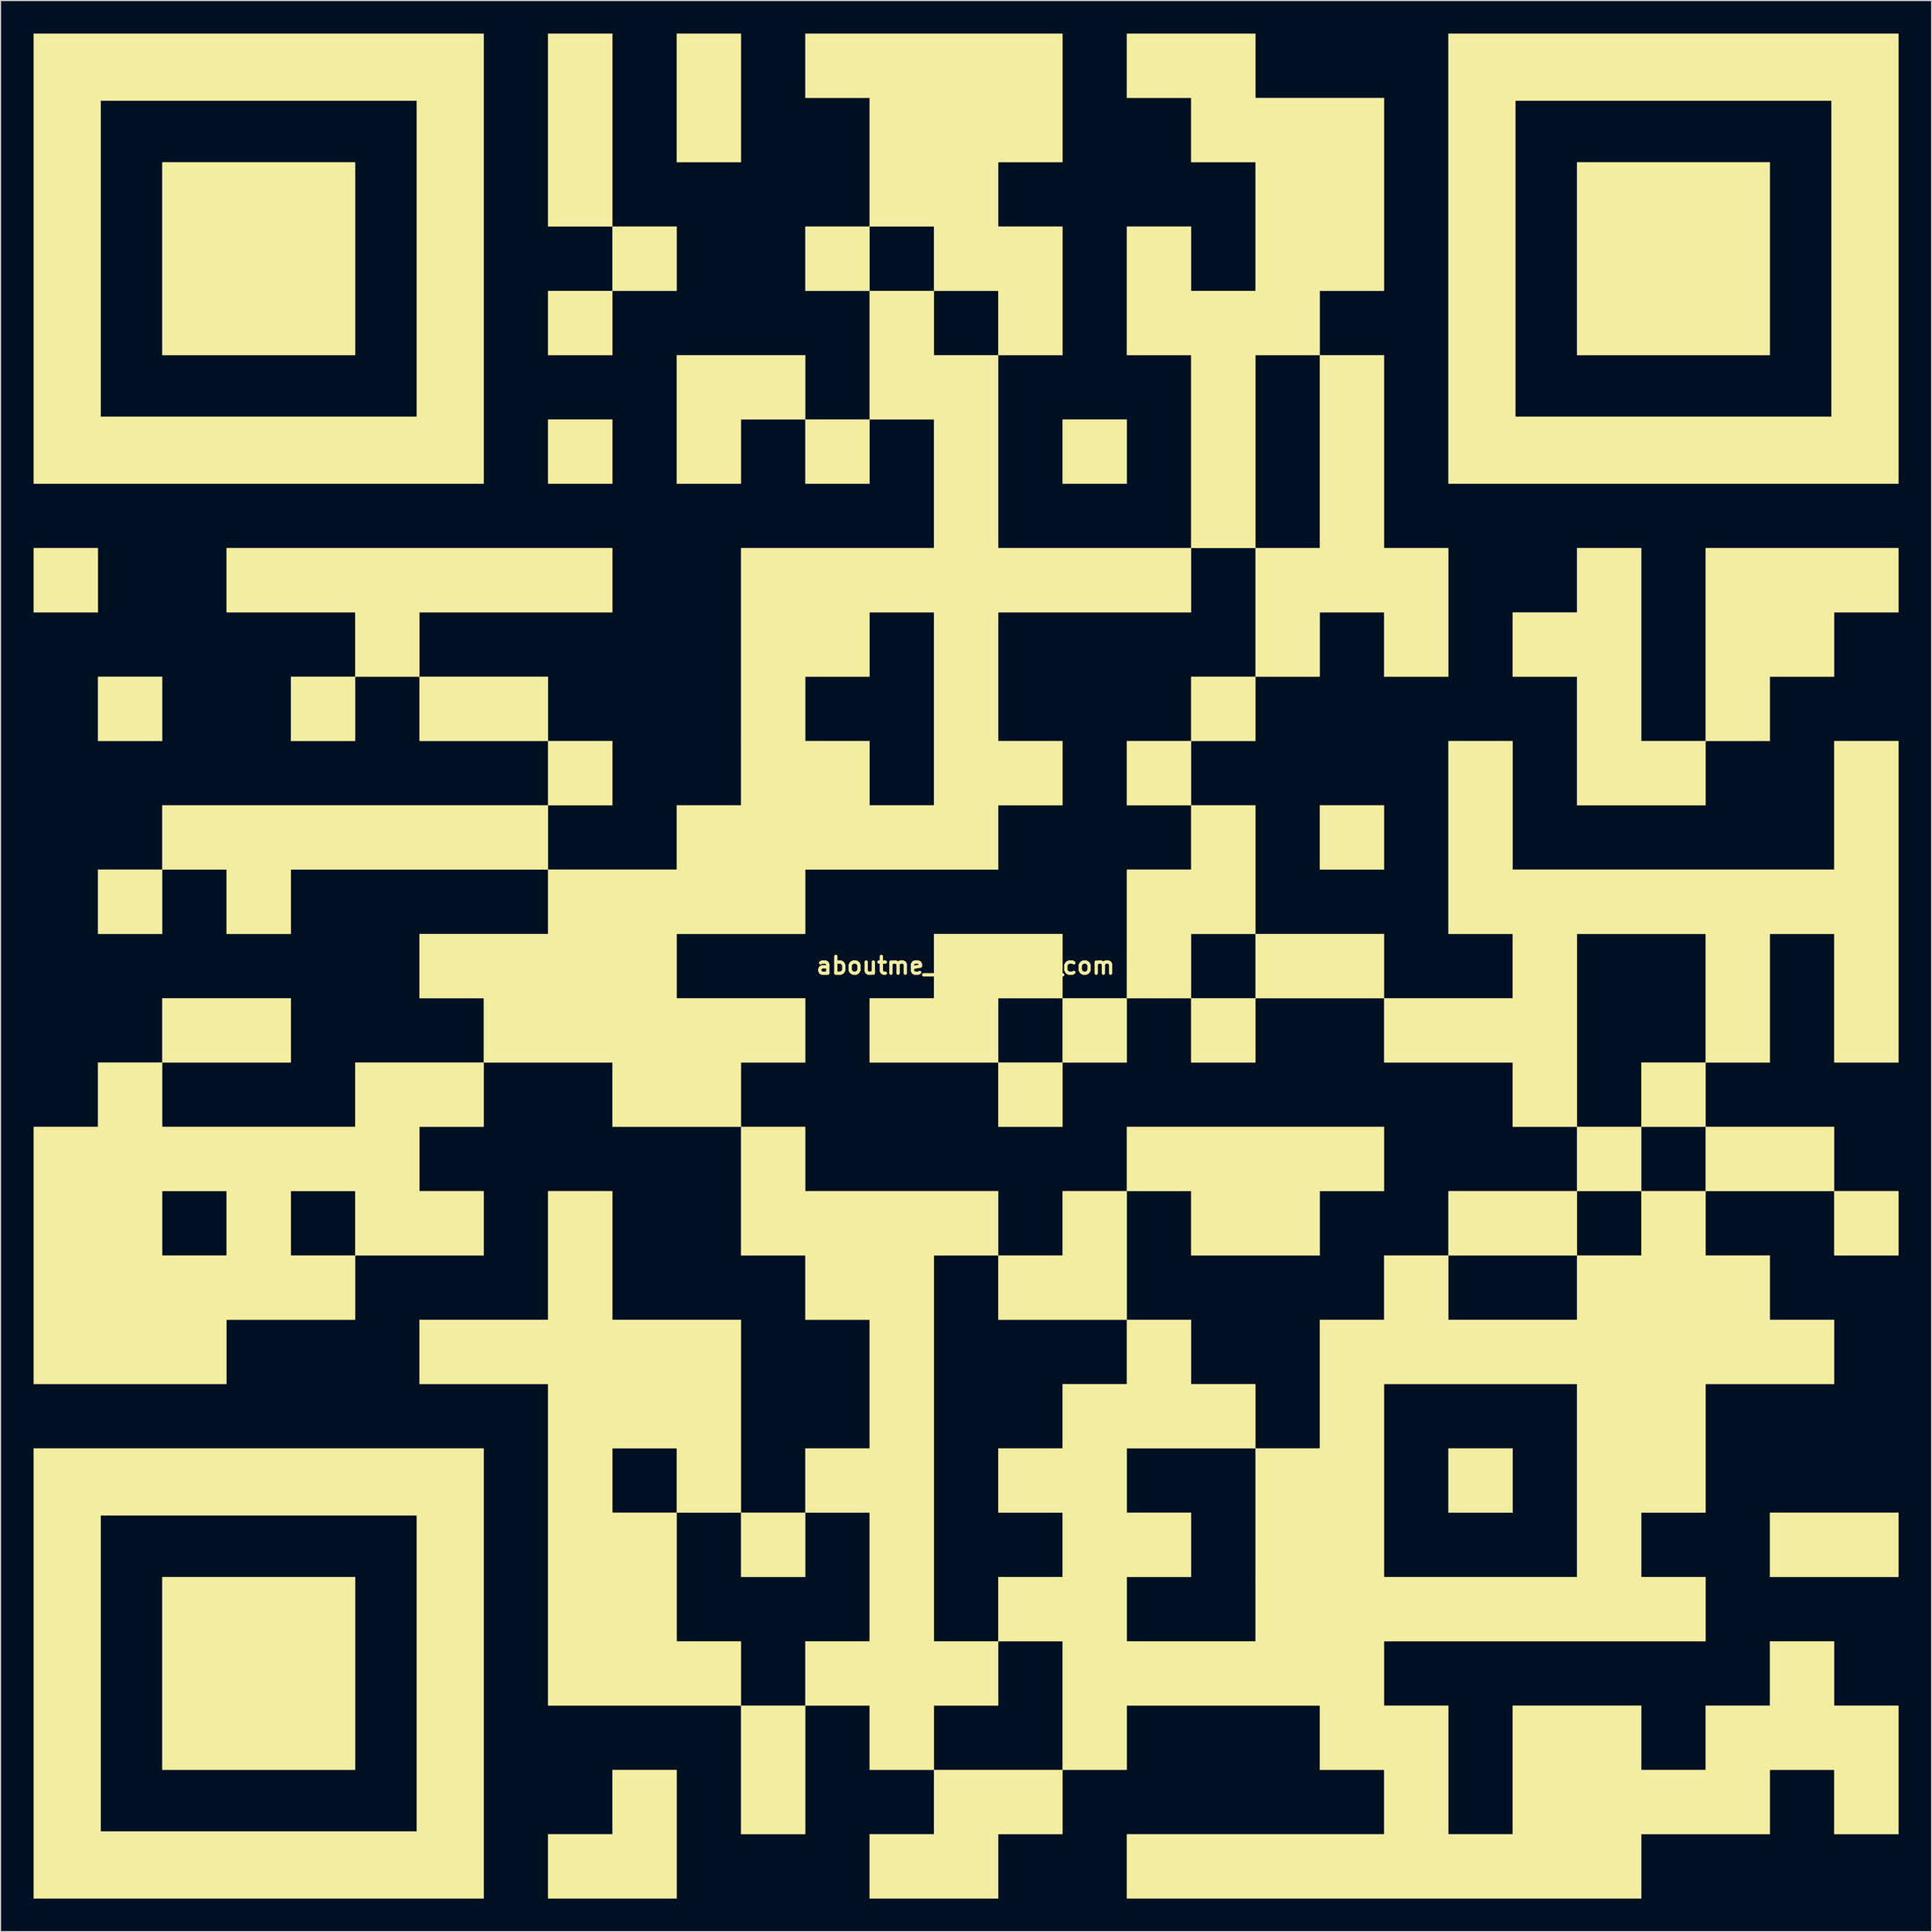
<source format=kicad_pcb>
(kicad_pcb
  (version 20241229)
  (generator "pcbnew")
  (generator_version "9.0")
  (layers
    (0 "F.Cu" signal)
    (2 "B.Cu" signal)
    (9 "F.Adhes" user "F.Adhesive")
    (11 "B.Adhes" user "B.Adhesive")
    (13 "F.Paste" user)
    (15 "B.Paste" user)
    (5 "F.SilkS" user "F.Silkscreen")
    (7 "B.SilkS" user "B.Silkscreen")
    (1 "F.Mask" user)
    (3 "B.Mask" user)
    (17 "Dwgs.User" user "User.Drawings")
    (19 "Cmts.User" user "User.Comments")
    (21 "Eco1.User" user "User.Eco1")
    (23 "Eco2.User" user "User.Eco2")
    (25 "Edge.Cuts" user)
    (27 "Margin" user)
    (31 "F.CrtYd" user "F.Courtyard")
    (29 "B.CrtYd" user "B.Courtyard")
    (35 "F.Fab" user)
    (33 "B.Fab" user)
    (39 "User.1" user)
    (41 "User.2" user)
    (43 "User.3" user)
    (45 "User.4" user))
  (footprint "aboutme_louislabs_com"
    (layer "F.Cu")
    (at 84.672 84.672)
    (property "Reference" "aboutme_louislabs_com" (at 0 0 0) (layer "F.SilkS") (effects (font (size 1.524 1.524) (thickness 0.3))))
    (attr through_hole)
    (fp_poly (pts (xy -78.825 -32.089) (xy -84.667 -32.089) (xy -84.667 -37.931) (xy -78.825 -37.931) (xy -78.825 -32.089)) (stroke (width 0.01) (type solid)) (fill yes) (layer "F.SilkS"))
    (fp_poly (pts (xy -72.983 -20.405) (xy -78.825 -20.405) (xy -78.825 -26.247) (xy -72.983 -26.247) (xy -72.983 -20.405)) (stroke (width 0.01) (type solid)) (fill yes) (layer "F.SilkS"))
    (fp_poly (pts (xy -72.983 -2.879) (xy -78.825 -2.879) (xy -78.825 -8.721) (xy -72.983 -8.721) (xy -72.983 -2.879)) (stroke (width 0.01) (type solid)) (fill yes) (layer "F.SilkS"))
    (fp_poly (pts (xy -72.983 2.963) (xy -61.299 2.963) (xy -61.299 8.805) (xy -72.983 8.805) (xy -72.983 2.963)) (stroke (width 0.01) (type solid)) (fill yes) (layer "F.SilkS"))
    (fp_poly (pts (xy -55.457 -55.457) (xy -72.983 -55.457) (xy -72.983 -72.983) (xy -55.457 -72.983) (xy -55.457 -55.457)) (stroke (width 0.01) (type solid)) (fill yes) (layer "F.SilkS"))
    (fp_poly (pts (xy -55.457 -20.405) (xy -61.299 -20.405) (xy -61.299 -26.247) (xy -55.457 -26.247) (xy -55.457 -20.405)) (stroke (width 0.01) (type solid)) (fill yes) (layer "F.SilkS"))
    (fp_poly (pts (xy -55.457 73.067) (xy -72.983 73.067) (xy -72.983 55.541) (xy -55.457 55.541) (xy -55.457 73.067)) (stroke (width 0.01) (type solid)) (fill yes) (layer "F.SilkS"))
    (fp_poly (pts (xy -49.615 -20.405) (xy -49.615 -26.247) (xy -37.931 -26.247) (xy -37.931 -20.405) (xy -49.615 -20.405)) (stroke (width 0.01) (type solid)) (fill yes) (layer "F.SilkS"))
    (fp_poly (pts (xy -37.931 -67.141) (xy -37.931 -84.667) (xy -32.089 -84.667) (xy -32.089 -67.141) (xy -37.931 -67.141)) (stroke (width 0.01) (type solid)) (fill yes) (layer "F.SilkS"))
    (fp_poly (pts (xy -32.089 -67.141) (xy -26.247 -67.141) (xy -26.247 -61.299) (xy -32.089 -61.299) (xy -32.089 -67.141)) (stroke (width 0.01) (type solid)) (fill yes) (layer "F.SilkS"))
    (fp_poly (pts (xy -32.089 -55.457) (xy -37.931 -55.457) (xy -37.931 -61.299) (xy -32.089 -61.299) (xy -32.089 -55.457)) (stroke (width 0.01) (type solid)) (fill yes) (layer "F.SilkS"))
    (fp_poly (pts (xy -32.089 -43.773) (xy -37.931 -43.773) (xy -37.931 -49.615) (xy -32.089 -49.615) (xy -32.089 -43.773)) (stroke (width 0.01) (type solid)) (fill yes) (layer "F.SilkS"))
    (fp_poly (pts (xy -32.089 -20.405) (xy -32.089 -14.563) (xy -37.931 -14.563) (xy -37.931 -20.405) (xy -32.089 -20.405)) (stroke (width 0.01) (type solid)) (fill yes) (layer "F.SilkS"))
    (fp_poly (pts (xy -20.405 -72.983) (xy -26.247 -72.983) (xy -26.247 -84.667) (xy -20.405 -84.667) (xy -20.405 -72.983)) (stroke (width 0.01) (type solid)) (fill yes) (layer "F.SilkS"))
    (fp_poly (pts (xy -8.721 -49.615) (xy -8.721 -43.773) (xy -14.563 -43.773) (xy -14.563 -49.615) (xy -8.721 -49.615)) (stroke (width 0.01) (type solid)) (fill yes) (layer "F.SilkS"))
    (fp_poly (pts (xy 8.805 2.963) (xy 14.647 2.963) (xy 14.647 8.805) (xy 8.805 8.805) (xy 8.805 2.963)) (stroke (width 0.01) (type solid)) (fill yes) (layer "F.SilkS"))
    (fp_poly (pts (xy 8.805 14.647) (xy 2.963 14.647) (xy 2.963 8.805) (xy 8.805 8.805) (xy 8.805 14.647)) (stroke (width 0.01) (type solid)) (fill yes) (layer "F.SilkS"))
    (fp_poly (pts (xy 14.647 -43.773) (xy 8.805 -43.773) (xy 8.805 -49.615) (xy 14.647 -49.615) (xy 14.647 -43.773)) (stroke (width 0.01) (type solid)) (fill yes) (layer "F.SilkS"))
    (fp_poly (pts (xy 14.647 -14.563) (xy 14.647 -20.405) (xy 20.489 -20.405) (xy 20.489 -14.563) (xy 14.647 -14.563)) (stroke (width 0.01) (type solid)) (fill yes) (layer "F.SilkS"))
    (fp_poly (pts (xy 20.489 -26.247) (xy 26.331 -26.247) (xy 26.331 -20.405) (xy 20.489 -20.405) (xy 20.489 -26.247)) (stroke (width 0.01) (type solid)) (fill yes) (layer "F.SilkS"))
    (fp_poly (pts (xy 26.331 2.963) (xy 26.331 -2.879) (xy 38.015 -2.879) (xy 38.015 2.963) (xy 26.331 2.963)) (stroke (width 0.01) (type solid)) (fill yes) (layer "F.SilkS"))
    (fp_poly (pts (xy 26.331 8.805) (xy 20.489 8.805) (xy 20.489 2.963) (xy 26.331 2.963) (xy 26.331 8.805)) (stroke (width 0.01) (type solid)) (fill yes) (layer "F.SilkS"))
    (fp_poly (pts (xy 38.015 -8.721) (xy 32.173 -8.721) (xy 32.173 -14.563) (xy 38.015 -14.563) (xy 38.015 -8.721)) (stroke (width 0.01) (type solid)) (fill yes) (layer "F.SilkS"))
    (fp_poly (pts (xy 49.699 49.699) (xy 43.857 49.699) (xy 43.857 43.857) (xy 49.699 43.857) (xy 49.699 49.699)) (stroke (width 0.01) (type solid)) (fill yes) (layer "F.SilkS"))
    (fp_poly (pts (xy 55.541 14.647) (xy 61.383 14.647) (xy 61.383 20.489) (xy 55.541 20.489) (xy 55.541 14.647)) (stroke (width 0.01) (type solid)) (fill yes) (layer "F.SilkS"))
    (fp_poly (pts (xy 55.541 26.331) (xy 43.857 26.331) (xy 43.857 20.489) (xy 55.541 20.489) (xy 55.541 26.331)) (stroke (width 0.01) (type solid)) (fill yes) (layer "F.SilkS"))
    (fp_poly (pts (xy 67.225 14.647) (xy 61.383 14.647) (xy 61.383 8.805) (xy 67.225 8.805) (xy 67.225 14.647)) (stroke (width 0.01) (type solid)) (fill yes) (layer "F.SilkS"))
    (fp_poly (pts (xy 73.067 -55.457) (xy 55.541 -55.457) (xy 55.541 -72.983) (xy 73.067 -72.983) (xy 73.067 -55.457)) (stroke (width 0.01) (type solid)) (fill yes) (layer "F.SilkS"))
    (fp_poly (pts (xy 78.909 14.647) (xy 78.909 20.489) (xy 67.225 20.489) (xy 67.225 14.647) (xy 78.909 14.647)) (stroke (width 0.01) (type solid)) (fill yes) (layer "F.SilkS"))
    (fp_poly (pts (xy 84.751 26.331) (xy 78.909 26.331) (xy 78.909 20.489) (xy 84.751 20.489) (xy 84.751 26.331)) (stroke (width 0.01) (type solid)) (fill yes) (layer "F.SilkS"))
    (fp_poly (pts (xy 84.751 55.541) (xy 73.067 55.541) (xy 73.067 49.699) (xy 84.751 49.699) (xy 84.751 55.541)) (stroke (width 0.01) (type solid)) (fill yes) (layer "F.SilkS"))
    (fp_poly (pts (xy -26.247 84.751) (xy -37.931 84.751) (xy -37.931 78.909) (xy -32.089 78.909) (xy -32.089 73.067) (xy -26.247 73.067) (xy -26.247 84.751)) (stroke (width 0.01) (type solid)) (fill yes) (layer "F.SilkS"))
    (fp_poly (pts (xy -20.405 -49.615) (xy -20.405 -43.773) (xy -26.247 -43.773) (xy -26.247 -55.457) (xy -14.563 -55.457) (xy -14.563 -49.615) (xy -20.405 -49.615)) (stroke (width 0.01) (type solid)) (fill yes) (layer "F.SilkS"))
    (fp_poly (pts (xy 14.647 32.173) (xy 2.963 32.173) (xy 2.963 26.331) (xy 8.805 26.331) (xy 8.805 20.489) (xy 14.647 20.489) (xy 14.647 32.173)) (stroke (width 0.01) (type solid)) (fill yes) (layer "F.SilkS"))
    (fp_poly (pts (xy -72.983 -14.563) (xy -37.931 -14.563) (xy -37.931 -8.721) (xy -61.299 -8.721) (xy -61.299 -2.879) (xy -67.141 -2.879) (xy -67.141 -8.721) (xy -72.983 -8.721) (xy -72.983 -14.563)) (stroke (width 0.01) (type solid)) (fill yes) (layer "F.SilkS"))
    (fp_poly (pts (xy -55.457 -32.089) (xy -67.141 -32.089) (xy -67.141 -37.931) (xy -32.089 -37.931) (xy -32.089 -32.089) (xy -49.615 -32.089) (xy -49.615 -26.247) (xy -55.457 -26.247) (xy -55.457 -32.089)) (stroke (width 0.01) (type solid)) (fill yes) (layer "F.SilkS"))
    (fp_poly (pts (xy -8.721 8.805) (xy -8.721 2.963) (xy -2.879 2.963) (xy -2.879 -2.879) (xy 8.805 -2.879) (xy 8.805 2.963) (xy 2.963 2.963) (xy 2.963 8.805) (xy -8.721 8.805)) (stroke (width 0.01) (type solid)) (fill yes) (layer "F.SilkS"))
    (fp_poly (pts (xy 8.805 78.909) (xy 2.963 78.909) (xy 2.963 84.751) (xy -8.721 84.751) (xy -8.721 78.909) (xy -2.879 78.909) (xy -2.879 73.067) (xy 8.805 73.067) (xy 8.805 78.909)) (stroke (width 0.01) (type solid)) (fill yes) (layer "F.SilkS"))
    (fp_poly (pts (xy 14.647 14.647) (xy 38.015 14.647) (xy 38.015 20.489) (xy 32.173 20.489) (xy 32.173 26.331) (xy 20.489 26.331) (xy 20.489 20.489) (xy 14.647 20.489) (xy 14.647 14.647)) (stroke (width 0.01) (type solid)) (fill yes) (layer "F.SilkS"))
    (fp_poly (pts (xy 26.331 -14.563) (xy 26.331 -2.879) (xy 20.489 -2.879) (xy 20.489 2.963) (xy 14.647 2.963) (xy 14.647 -8.721) (xy 20.489 -8.721) (xy 20.489 -14.563) (xy 26.331 -14.563)) (stroke (width 0.01) (type solid)) (fill yes) (layer "F.SilkS"))
    (fp_poly (pts (xy 67.225 -37.931) (xy 84.751 -37.931) (xy 84.751 -32.089) (xy 78.909 -32.089) (xy 78.909 -26.247) (xy 73.067 -26.247) (xy 73.067 -20.405) (xy 67.225 -20.405) (xy 67.225 -37.931)) (stroke (width 0.01) (type solid)) (fill yes) (layer "F.SilkS"))
    (fp_poly (pts (xy 67.225 -14.563) (xy 55.541 -14.563) (xy 55.541 -26.247) (xy 49.699 -26.247) (xy 49.699 -32.089) (xy 55.541 -32.089) (xy 55.541 -37.931) (xy 61.383 -37.931) (xy 61.383 -20.405) (xy 67.225 -20.405) (xy 67.225 -14.563)) (stroke (width 0.01) (type solid)) (fill yes) (layer "F.SilkS"))
    (fp_poly (pts (xy -43.773 -43.773) (xy -84.667 -43.773) (xy -84.667 -78.571) (xy -78.571 -78.571) (xy -78.571 -49.869) (xy -49.869 -49.869) (xy -49.869 -78.571) (xy -78.571 -78.571) (xy -84.667 -78.571) (xy -84.667 -84.667) (xy -43.773 -84.667) (xy -43.773 -43.773)) (stroke (width 0.01) (type solid)) (fill yes) (layer "F.SilkS"))
    (fp_poly (pts (xy -43.773 84.751) (xy -84.667 84.751) (xy -84.667 49.953) (xy -78.571 49.953) (xy -78.571 78.655) (xy -49.869 78.655) (xy -49.869 49.953) (xy -78.571 49.953) (xy -84.667 49.953) (xy -84.667 43.857) (xy -43.773 43.857) (xy -43.773 84.751)) (stroke (width 0.01) (type solid)) (fill yes) (layer "F.SilkS"))
    (fp_poly (pts (xy 84.751 -43.773) (xy 43.857 -43.773) (xy 43.857 -78.571) (xy 49.953 -78.571) (xy 49.953 -49.869) (xy 78.655 -49.869) (xy 78.655 -78.571) (xy 49.953 -78.571) (xy 43.857 -78.571) (xy 43.857 -84.667) (xy 84.751 -84.667) (xy 84.751 -43.773)) (stroke (width 0.01) (type solid)) (fill yes) (layer "F.SilkS"))
    (fp_poly (pts (xy 26.331 -37.931) (xy 32.173 -37.931) (xy 32.173 -55.457) (xy 38.015 -55.457) (xy 38.015 -37.931) (xy 43.857 -37.931) (xy 43.857 -26.247) (xy 38.015 -26.247) (xy 38.015 -32.089) (xy 32.173 -32.089) (xy 32.173 -26.247) (xy 26.331 -26.247) (xy 26.331 -37.931)) (stroke (width 0.01) (type solid)) (fill yes) (layer "F.SilkS"))
    (fp_poly (pts (xy 20.489 -55.457) (xy 14.647 -55.457) (xy 14.647 -67.141) (xy 20.489 -67.141) (xy 20.489 -61.299) (xy 26.331 -61.299) (xy 26.331 -72.983) (xy 20.489 -72.983) (xy 20.489 -78.825) (xy 14.647 -78.825) (xy 14.647 -84.667) (xy 26.331 -84.667) (xy 26.331 -78.825) (xy 38.015 -78.825) (xy 38.015 -61.299) (xy 32.173 -61.299) (xy 32.173 -55.457) (xy 26.331 -55.457) (xy 26.331 -37.931) (xy 20.489 -37.931) (xy 20.489 -55.457)) (stroke (width 0.01) (type solid)) (fill yes) (layer "F.SilkS"))
    (fp_poly (pts (xy 49.699 2.963) (xy 49.699 -2.879) (xy 43.857 -2.879) (xy 43.857 -20.405) (xy 49.699 -20.405) (xy 49.699 -8.721) (xy 78.909 -8.721) (xy 78.909 -20.405) (xy 84.751 -20.405) (xy 84.751 8.805) (xy 78.909 8.805) (xy 78.909 -2.879) (xy 73.067 -2.879) (xy 73.067 8.805) (xy 67.225 8.805) (xy 67.225 -2.879) (xy 55.541 -2.879) (xy 55.541 14.647) (xy 49.699 14.647) (xy 49.699 8.805) (xy 38.015 8.805) (xy 38.015 2.963) (xy 49.699 2.963)) (stroke (width 0.01) (type solid)) (fill yes) (layer "F.SilkS"))
    (fp_poly (pts (xy -72.983 14.647) (xy -55.457 14.647) (xy -55.457 8.805) (xy -43.773 8.805) (xy -43.773 14.647) (xy -49.615 14.647) (xy -49.615 20.489) (xy -43.773 20.489) (xy -43.773 26.331) (xy -55.457 26.331) (xy -55.457 32.173) (xy -67.141 32.173) (xy -67.141 38.015) (xy -84.667 38.015) (xy -84.667 20.489) (xy -72.983 20.489) (xy -72.983 26.331) (xy -67.141 26.331) (xy -67.141 20.489) (xy -61.299 20.489) (xy -61.299 26.331) (xy -55.457 26.331) (xy -55.457 20.489) (xy -61.299 20.489) (xy -67.141 20.489) (xy -72.983 20.489) (xy -84.667 20.489) (xy -84.667 14.647) (xy -78.825 14.647) (xy -78.825 8.805) (xy -72.983 8.805) (xy -72.983 14.647)) (stroke (width 0.01) (type solid)) (fill yes) (layer "F.SilkS"))
    (fp_poly (pts (xy -8.721 73.067) (xy -8.721 67.225) (xy -14.563 67.225) (xy -14.563 78.909) (xy -20.405 78.909) (xy -20.405 67.225) (xy -37.931 67.225) (xy -37.931 61.383) (xy -26.247 61.383) (xy -20.405 61.383) (xy -20.405 67.225) (xy -14.563 67.225) (xy -14.563 61.383) (xy -8.721 61.383) (xy -8.721 49.699) (xy -14.563 49.699) (xy -14.563 55.541) (xy -20.405 55.541) (xy -20.405 49.699) (xy -26.247 49.699) (xy -26.247 61.383) (xy -37.931 61.383) (xy -37.931 43.857) (xy -32.089 43.857) (xy -32.089 49.699) (xy -26.247 49.699) (xy -26.247 43.857) (xy -32.089 43.857) (xy -37.931 43.857) (xy -37.931 38.015) (xy -49.615 38.015) (xy -49.615 32.173) (xy -37.931 32.173) (xy -37.931 20.489) (xy -32.089 20.489) (xy -32.089 32.173) (xy -20.405 32.173) (xy -20.405 49.699) (xy -14.563 49.699) (xy -14.563 43.857) (xy -8.721 43.857) (xy -8.721 32.173) (xy -14.563 32.173) (xy -14.563 26.331) (xy -20.405 26.331) (xy -20.405 14.647) (xy -14.563 14.647) (xy -14.563 20.489) (xy 2.963 20.489) (xy 2.963 26.331) (xy -2.879 26.331) (xy -2.879 61.383) (xy 2.963 61.383) (xy 2.963 67.225) (xy -2.879 67.225) (xy -2.879 73.067) (xy -8.721 73.067)) (stroke (width 0.01) (type solid)) (fill yes) (layer "F.SilkS"))
    (fp_poly (pts (xy 20.489 -32.089) (xy 2.963 -32.089) (xy 2.963 -20.405) (xy 8.805 -20.405) (xy 8.805 -14.563) (xy 2.963 -14.563) (xy 2.963 -8.721) (xy -14.563 -8.721) (xy -14.563 -2.879) (xy -26.247 -2.879) (xy -26.247 2.963) (xy -14.563 2.963) (xy -14.563 8.805) (xy -20.405 8.805) (xy -20.405 14.647) (xy -32.089 14.647) (xy -32.089 8.805) (xy -43.773 8.805) (xy -43.773 2.963) (xy -49.615 2.963) (xy -49.615 -2.879) (xy -37.931 -2.879) (xy -37.931 -8.721) (xy -26.247 -8.721) (xy -26.247 -14.563) (xy -20.405 -14.563) (xy -20.405 -26.247) (xy -14.563 -26.247) (xy -14.563 -20.405) (xy -8.721 -20.405) (xy -8.721 -14.563) (xy -2.879 -14.563) (xy -2.879 -32.089) (xy -8.721 -32.089) (xy -8.721 -26.247) (xy -14.563 -26.247) (xy -20.405 -26.247) (xy -20.405 -37.931) (xy -2.879 -37.931) (xy -2.879 -49.615) (xy -8.721 -49.615) (xy -8.721 -55.457) (xy -2.879 -55.457) (xy 2.963 -55.457) (xy 2.963 -61.299) (xy -2.879 -61.299) (xy -2.879 -55.457) (xy -8.721 -55.457) (xy -8.721 -61.299) (xy -14.563 -61.299) (xy -14.563 -67.141) (xy -8.721 -67.141) (xy -8.721 -61.299) (xy -2.879 -61.299) (xy -2.879 -67.141) (xy -8.721 -67.141) (xy -8.721 -78.825) (xy -14.563 -78.825) (xy -14.563 -84.667) (xy 8.805 -84.667) (xy 8.805 -72.983) (xy 2.963 -72.983) (xy 2.963 -67.141) (xy 8.805 -67.141) (xy 8.805 -55.457) (xy 2.963 -55.457) (xy 2.963 -37.931) (xy 20.489 -37.931) (xy 20.489 -32.089)) (stroke (width 0.01) (type solid)) (fill yes) (layer "F.SilkS"))
    (fp_poly (pts (xy 32.173 43.857) (xy 32.173 38.015) (xy 38.015 38.015) (xy 38.015 55.541) (xy 55.541 55.541) (xy 55.541 38.015) (xy 38.015 38.015) (xy 32.173 38.015) (xy 32.173 32.173) (xy 38.015 32.173) (xy 38.015 26.331) (xy 43.857 26.331) (xy 43.857 32.173) (xy 55.541 32.173) (xy 55.541 26.331) (xy 61.383 26.331) (xy 61.383 20.489) (xy 67.225 20.489) (xy 67.225 26.331) (xy 73.067 26.331) (xy 73.067 32.173) (xy 78.909 32.173) (xy 78.909 38.015) (xy 67.225 38.015) (xy 67.225 49.699) (xy 61.383 49.699) (xy 61.383 55.541) (xy 67.225 55.541) (xy 67.225 61.383) (xy 38.015 61.383) (xy 38.015 67.225) (xy 43.857 67.225) (xy 43.857 78.909) (xy 49.699 78.909) (xy 49.699 67.225) (xy 61.383 67.225) (xy 61.383 73.067) (xy 67.225 73.067) (xy 67.225 67.225) (xy 73.067 67.225) (xy 73.067 61.383) (xy 78.909 61.383) (xy 78.909 67.225) (xy 84.751 67.225) (xy 84.751 78.909) (xy 78.909 78.909) (xy 78.909 73.067) (xy 73.067 73.067) (xy 73.067 78.909) (xy 61.383 78.909) (xy 61.383 84.751) (xy 14.647 84.751) (xy 14.647 78.909) (xy 38.015 78.909) (xy 38.015 73.067) (xy 32.173 73.067) (xy 32.173 67.225) (xy 14.647 67.225) (xy 14.647 73.067) (xy 8.805 73.067) (xy 8.805 61.383) (xy 2.963 61.383) (xy 2.963 55.541) (xy 8.805 55.541) (xy 8.805 49.699) (xy 2.963 49.699) (xy 2.963 43.857) (xy 8.805 43.857) (xy 14.647 43.857) (xy 14.647 49.699) (xy 20.489 49.699) (xy 20.489 55.541) (xy 14.647 55.541) (xy 14.647 61.383) (xy 26.331 61.383) (xy 26.331 43.857) (xy 14.647 43.857) (xy 8.805 43.857) (xy 8.805 38.015) (xy 14.647 38.015) (xy 14.647 32.173) (xy 20.489 32.173) (xy 20.489 38.015) (xy 26.331 38.015) (xy 26.331 43.857) (xy 32.173 43.857)) (stroke (width 0.01) (type solid)) (fill yes) (layer "F.SilkS")))
  (gr_rect
    (start -3 -3)
    (end 172.428 172.428)
    (stroke (width 0.1) (type default))
    (fill no)
    (layer "Edge.Cuts")))
</source>
